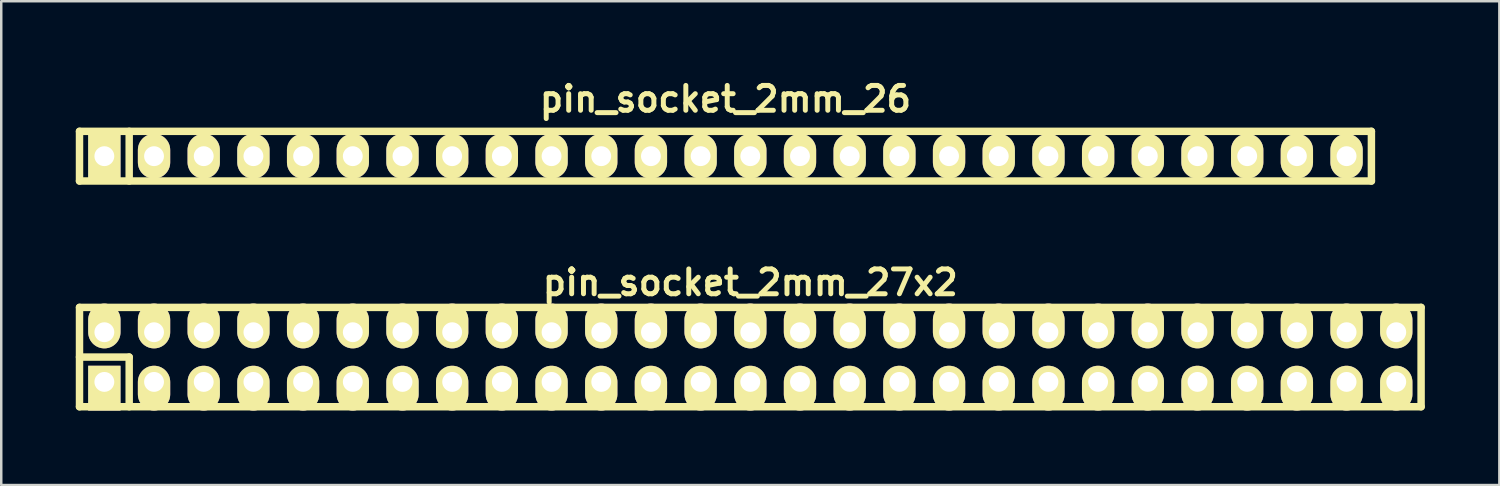
<source format=kicad_pcb>
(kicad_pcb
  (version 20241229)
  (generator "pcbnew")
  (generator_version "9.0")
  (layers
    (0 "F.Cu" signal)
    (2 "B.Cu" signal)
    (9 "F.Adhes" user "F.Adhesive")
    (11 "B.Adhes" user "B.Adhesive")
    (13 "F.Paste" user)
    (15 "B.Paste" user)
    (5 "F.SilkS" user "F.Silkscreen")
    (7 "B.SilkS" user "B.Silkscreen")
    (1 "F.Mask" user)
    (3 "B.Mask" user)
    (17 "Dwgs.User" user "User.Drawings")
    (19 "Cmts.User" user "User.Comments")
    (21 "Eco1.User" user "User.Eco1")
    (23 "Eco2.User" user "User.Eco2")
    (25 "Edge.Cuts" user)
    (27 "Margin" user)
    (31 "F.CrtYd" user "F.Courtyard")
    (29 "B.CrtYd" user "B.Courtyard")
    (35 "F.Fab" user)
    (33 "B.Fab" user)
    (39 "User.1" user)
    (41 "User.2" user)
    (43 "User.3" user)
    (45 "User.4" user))
  (footprint "pin_socket_2mm_27x2"
    (layer "F.Cu")
    (at 27.15 11.322)
    (property "Reference" "pin_socket_2mm_27x2" (at 0 -3 0) (layer "F.SilkS") (effects (font (size 1 1) (thickness 0.2))))
    (attr through_hole)
    (fp_line (start -27 -2) (end 27 -2) (stroke (width 0.3) (type solid)) (layer "F.SilkS"))
    (fp_line (start -27 0) (end -25 0) (stroke (width 0.3) (type solid)) (layer "F.SilkS"))
    (fp_line (start -27 2) (end -27 -2) (stroke (width 0.3) (type solid)) (layer "F.SilkS"))
    (fp_line (start -25 0) (end -25 2) (stroke (width 0.3) (type solid)) (layer "F.SilkS"))
    (fp_line (start 27 -2) (end 27 2) (stroke (width 0.3) (type solid)) (layer "F.SilkS"))
    (fp_line (start 27 2) (end -27 2) (stroke (width 0.3) (type solid)) (layer "F.SilkS"))
    (pad "1" thru_hole rect (at -26 1) (size 1.3 1.8) (drill 0.8 (offset 0 0.25)) (layers "*.Cu" "*.Mask" "F.SilkS"))
    (pad "2" thru_hole oval (at -26 -1) (size 1.3 1.8) (drill 0.8 (offset 0 -0.25)) (layers "*.Cu" "*.Mask" "F.SilkS"))
    (pad "3" thru_hole oval (at -24 1) (size 1.3 1.8) (drill 0.8 (offset 0 0.25)) (layers "*.Cu" "*.Mask" "F.SilkS"))
    (pad "4" thru_hole oval (at -24 -1) (size 1.3 1.8) (drill 0.8 (offset 0 -0.25)) (layers "*.Cu" "*.Mask" "F.SilkS"))
    (pad "5" thru_hole oval (at -22 1) (size 1.3 1.8) (drill 0.8 (offset 0 0.25)) (layers "*.Cu" "*.Mask" "F.SilkS"))
    (pad "6" thru_hole oval (at -22 -1) (size 1.3 1.8) (drill 0.8 (offset 0 -0.25)) (layers "*.Cu" "*.Mask" "F.SilkS"))
    (pad "7" thru_hole oval (at -20 1) (size 1.3 1.8) (drill 0.8 (offset 0 0.25)) (layers "*.Cu" "*.Mask" "F.SilkS"))
    (pad "8" thru_hole oval (at -20 -1) (size 1.3 1.8) (drill 0.8 (offset 0 -0.25)) (layers "*.Cu" "*.Mask" "F.SilkS"))
    (pad "9" thru_hole oval (at -18 1) (size 1.3 1.8) (drill 0.8 (offset 0 0.25)) (layers "*.Cu" "*.Mask" "F.SilkS"))
    (pad "10" thru_hole oval (at -18 -1) (size 1.3 1.8) (drill 0.8 (offset 0 -0.25)) (layers "*.Cu" "*.Mask" "F.SilkS"))
    (pad "11" thru_hole oval (at -16 1) (size 1.3 1.8) (drill 0.8 (offset 0 0.25)) (layers "*.Cu" "*.Mask" "F.SilkS"))
    (pad "12" thru_hole oval (at -16 -1) (size 1.3 1.8) (drill 0.8 (offset 0 -0.25)) (layers "*.Cu" "*.Mask" "F.SilkS"))
    (pad "13" thru_hole oval (at -14 1) (size 1.3 1.8) (drill 0.8 (offset 0 0.25)) (layers "*.Cu" "*.Mask" "F.SilkS"))
    (pad "14" thru_hole oval (at -14 -1) (size 1.3 1.8) (drill 0.8 (offset 0 -0.25)) (layers "*.Cu" "*.Mask" "F.SilkS"))
    (pad "15" thru_hole oval (at -12 1) (size 1.3 1.8) (drill 0.8 (offset 0 0.25)) (layers "*.Cu" "*.Mask" "F.SilkS"))
    (pad "16" thru_hole oval (at -12 -1) (size 1.3 1.8) (drill 0.8 (offset 0 -0.25)) (layers "*.Cu" "*.Mask" "F.SilkS"))
    (pad "17" thru_hole oval (at -10 1) (size 1.3 1.8) (drill 0.8 (offset 0 0.25)) (layers "*.Cu" "*.Mask" "F.SilkS"))
    (pad "18" thru_hole oval (at -10 -1) (size 1.3 1.8) (drill 0.8 (offset 0 -0.25)) (layers "*.Cu" "*.Mask" "F.SilkS"))
    (pad "19" thru_hole oval (at -8 1) (size 1.3 1.8) (drill 0.8 (offset 0 0.25)) (layers "*.Cu" "*.Mask" "F.SilkS"))
    (pad "20" thru_hole oval (at -8 -1) (size 1.3 1.8) (drill 0.8 (offset 0 -0.25)) (layers "*.Cu" "*.Mask" "F.SilkS"))
    (pad "21" thru_hole oval (at -6 1) (size 1.3 1.8) (drill 0.8 (offset 0 0.25)) (layers "*.Cu" "*.Mask" "F.SilkS"))
    (pad "22" thru_hole oval (at -6 -1) (size 1.3 1.8) (drill 0.8 (offset 0 -0.25)) (layers "*.Cu" "*.Mask" "F.SilkS"))
    (pad "23" thru_hole oval (at -4 1) (size 1.3 1.8) (drill 0.8 (offset 0 0.25)) (layers "*.Cu" "*.Mask" "F.SilkS"))
    (pad "24" thru_hole oval (at -4 -1) (size 1.3 1.8) (drill 0.8 (offset 0 -0.25)) (layers "*.Cu" "*.Mask" "F.SilkS"))
    (pad "25" thru_hole oval (at -2 1) (size 1.3 1.8) (drill 0.8 (offset 0 0.25)) (layers "*.Cu" "*.Mask" "F.SilkS"))
    (pad "26" thru_hole oval (at -2 -1) (size 1.3 1.8) (drill 0.8 (offset 0 -0.25)) (layers "*.Cu" "*.Mask" "F.SilkS"))
    (pad "27" thru_hole oval (at 0 1) (size 1.3 1.8) (drill 0.8 (offset 0 0.25)) (layers "*.Cu" "*.Mask" "F.SilkS"))
    (pad "28" thru_hole oval (at 0 -1) (size 1.3 1.8) (drill 0.8 (offset 0 -0.25)) (layers "*.Cu" "*.Mask" "F.SilkS"))
    (pad "29" thru_hole oval (at 2 1) (size 1.3 1.8) (drill 0.8 (offset 0 0.25)) (layers "*.Cu" "*.Mask" "F.SilkS"))
    (pad "30" thru_hole oval (at 2 -1) (size 1.3 1.8) (drill 0.8 (offset 0 -0.25)) (layers "*.Cu" "*.Mask" "F.SilkS"))
    (pad "31" thru_hole oval (at 4 1) (size 1.3 1.8) (drill 0.8 (offset 0 0.25)) (layers "*.Cu" "*.Mask" "F.SilkS"))
    (pad "32" thru_hole oval (at 4 -1) (size 1.3 1.8) (drill 0.8 (offset 0 -0.25)) (layers "*.Cu" "*.Mask" "F.SilkS"))
    (pad "33" thru_hole oval (at 6 1) (size 1.3 1.8) (drill 0.8 (offset 0 0.25)) (layers "*.Cu" "*.Mask" "F.SilkS"))
    (pad "34" thru_hole oval (at 6 -1) (size 1.3 1.8) (drill 0.8 (offset 0 -0.25)) (layers "*.Cu" "*.Mask" "F.SilkS"))
    (pad "35" thru_hole oval (at 8 1) (size 1.3 1.8) (drill 0.8 (offset 0 0.25)) (layers "*.Cu" "*.Mask" "F.SilkS"))
    (pad "36" thru_hole oval (at 8 -1) (size 1.3 1.8) (drill 0.8 (offset 0 -0.25)) (layers "*.Cu" "*.Mask" "F.SilkS"))
    (pad "37" thru_hole oval (at 10 1) (size 1.3 1.8) (drill 0.8 (offset 0 0.25)) (layers "*.Cu" "*.Mask" "F.SilkS"))
    (pad "38" thru_hole oval (at 10 -1) (size 1.3 1.8) (drill 0.8 (offset 0 -0.25)) (layers "*.Cu" "*.Mask" "F.SilkS"))
    (pad "39" thru_hole oval (at 12 1) (size 1.3 1.8) (drill 0.8 (offset 0 0.25)) (layers "*.Cu" "*.Mask" "F.SilkS"))
    (pad "40" thru_hole oval (at 12 -1) (size 1.3 1.8) (drill 0.8 (offset 0 -0.25)) (layers "*.Cu" "*.Mask" "F.SilkS"))
    (pad "41" thru_hole oval (at 14 1) (size 1.3 1.8) (drill 0.8 (offset 0 0.25)) (layers "*.Cu" "*.Mask" "F.SilkS"))
    (pad "42" thru_hole oval (at 14 -1) (size 1.3 1.8) (drill 0.8 (offset 0 -0.25)) (layers "*.Cu" "*.Mask" "F.SilkS"))
    (pad "43" thru_hole oval (at 16 1) (size 1.3 1.8) (drill 0.8 (offset 0 0.25)) (layers "*.Cu" "*.Mask" "F.SilkS"))
    (pad "44" thru_hole oval (at 16 -1) (size 1.3 1.8) (drill 0.8 (offset 0 -0.25)) (layers "*.Cu" "*.Mask" "F.SilkS"))
    (pad "45" thru_hole oval (at 18 1) (size 1.3 1.8) (drill 0.8 (offset 0 0.25)) (layers "*.Cu" "*.Mask" "F.SilkS"))
    (pad "46" thru_hole oval (at 18 -1) (size 1.3 1.8) (drill 0.8 (offset 0 -0.25)) (layers "*.Cu" "*.Mask" "F.SilkS"))
    (pad "47" thru_hole oval (at 20 1) (size 1.3 1.8) (drill 0.8 (offset 0 0.25)) (layers "*.Cu" "*.Mask" "F.SilkS"))
    (pad "48" thru_hole oval (at 20 -1) (size 1.3 1.8) (drill 0.8 (offset 0 -0.25)) (layers "*.Cu" "*.Mask" "F.SilkS"))
    (pad "49" thru_hole oval (at 22 1) (size 1.3 1.8) (drill 0.8 (offset 0 0.25)) (layers "*.Cu" "*.Mask" "F.SilkS"))
    (pad "50" thru_hole oval (at 22 -1) (size 1.3 1.8) (drill 0.8 (offset 0 -0.25)) (layers "*.Cu" "*.Mask" "F.SilkS"))
    (pad "51" thru_hole oval (at 24 1) (size 1.3 1.8) (drill 0.8 (offset 0 0.25)) (layers "*.Cu" "*.Mask" "F.SilkS"))
    (pad "52" thru_hole oval (at 24 -1) (size 1.3 1.8) (drill 0.8 (offset 0 -0.25)) (layers "*.Cu" "*.Mask" "F.SilkS"))
    (pad "53" thru_hole oval (at 26 1) (size 1.3 1.8) (drill 0.8 (offset 0 0.25)) (layers "*.Cu" "*.Mask" "F.SilkS"))
    (pad "54" thru_hole oval (at 26 -1) (size 1.3 1.8) (drill 0.8 (offset 0 -0.25)) (layers "*.Cu" "*.Mask" "F.SilkS")))
  (footprint "pin_socket_2mm_26"
    (layer "F.Cu")
    (at 26.15 3.236)
    (property "Reference" "pin_socket_2mm_26" (at 0 -2.3 0) (layer "F.SilkS") (effects (font (size 1 1) (thickness 0.2))))
    (attr through_hole)
    (fp_line (start -26 -1) (end 26 -1) (stroke (width 0.3) (type solid)) (layer "F.SilkS"))
    (fp_line (start -26 1) (end -26 -1) (stroke (width 0.3) (type solid)) (layer "F.SilkS"))
    (fp_line (start -24 -1) (end -24 1) (stroke (width 0.3) (type solid)) (layer "F.SilkS"))
    (fp_line (start 26 -1) (end 26 1) (stroke (width 0.3) (type solid)) (layer "F.SilkS"))
    (fp_line (start 26 1) (end -26 1) (stroke (width 0.3) (type solid)) (layer "F.SilkS"))
    (pad "1" thru_hole rect (at -25 0) (size 1.3 1.8) (drill 0.8) (layers "*.Cu" "*.Mask" "F.SilkS"))
    (pad "2" thru_hole oval (at -23 0) (size 1.3 1.8) (drill 0.8) (layers "*.Cu" "*.Mask" "F.SilkS"))
    (pad "3" thru_hole oval (at -21 0) (size 1.3 1.8) (drill 0.8) (layers "*.Cu" "*.Mask" "F.SilkS"))
    (pad "4" thru_hole oval (at -19 0) (size 1.3 1.8) (drill 0.8) (layers "*.Cu" "*.Mask" "F.SilkS"))
    (pad "5" thru_hole oval (at -17 0) (size 1.3 1.8) (drill 0.8) (layers "*.Cu" "*.Mask" "F.SilkS"))
    (pad "6" thru_hole oval (at -15 0) (size 1.3 1.8) (drill 0.8) (layers "*.Cu" "*.Mask" "F.SilkS"))
    (pad "7" thru_hole oval (at -13 0) (size 1.3 1.8) (drill 0.8) (layers "*.Cu" "*.Mask" "F.SilkS"))
    (pad "8" thru_hole oval (at -11 0) (size 1.3 1.8) (drill 0.8) (layers "*.Cu" "*.Mask" "F.SilkS"))
    (pad "9" thru_hole oval (at -9 0) (size 1.3 1.8) (drill 0.8) (layers "*.Cu" "*.Mask" "F.SilkS"))
    (pad "10" thru_hole oval (at -7 0) (size 1.3 1.8) (drill 0.8) (layers "*.Cu" "*.Mask" "F.SilkS"))
    (pad "11" thru_hole oval (at -5 0) (size 1.3 1.8) (drill 0.8) (layers "*.Cu" "*.Mask" "F.SilkS"))
    (pad "12" thru_hole oval (at -3 0) (size 1.3 1.8) (drill 0.8) (layers "*.Cu" "*.Mask" "F.SilkS"))
    (pad "13" thru_hole oval (at -1 0) (size 1.3 1.8) (drill 0.8) (layers "*.Cu" "*.Mask" "F.SilkS"))
    (pad "14" thru_hole oval (at 1 0) (size 1.3 1.8) (drill 0.8) (layers "*.Cu" "*.Mask" "F.SilkS"))
    (pad "15" thru_hole oval (at 3 0) (size 1.3 1.8) (drill 0.8) (layers "*.Cu" "*.Mask" "F.SilkS"))
    (pad "16" thru_hole oval (at 5 0) (size 1.3 1.8) (drill 0.8) (layers "*.Cu" "*.Mask" "F.SilkS"))
    (pad "17" thru_hole oval (at 7 0) (size 1.3 1.8) (drill 0.8) (layers "*.Cu" "*.Mask" "F.SilkS"))
    (pad "18" thru_hole oval (at 9 0) (size 1.3 1.8) (drill 0.8) (layers "*.Cu" "*.Mask" "F.SilkS"))
    (pad "19" thru_hole oval (at 11 0) (size 1.3 1.8) (drill 0.8) (layers "*.Cu" "*.Mask" "F.SilkS"))
    (pad "20" thru_hole oval (at 13 0) (size 1.3 1.8) (drill 0.8) (layers "*.Cu" "*.Mask" "F.SilkS"))
    (pad "21" thru_hole oval (at 15 0) (size 1.3 1.8) (drill 0.8) (layers "*.Cu" "*.Mask" "F.SilkS"))
    (pad "22" thru_hole oval (at 17 0) (size 1.3 1.8) (drill 0.8) (layers "*.Cu" "*.Mask" "F.SilkS"))
    (pad "23" thru_hole oval (at 19 0) (size 1.3 1.8) (drill 0.8) (layers "*.Cu" "*.Mask" "F.SilkS"))
    (pad "24" thru_hole oval (at 21 0) (size 1.3 1.8) (drill 0.8) (layers "*.Cu" "*.Mask" "F.SilkS"))
    (pad "25" thru_hole oval (at 23 0) (size 1.3 1.8) (drill 0.8) (layers "*.Cu" "*.Mask" "F.SilkS"))
    (pad "26" thru_hole oval (at 25 0) (size 1.3 1.8) (drill 0.8) (layers "*.Cu" "*.Mask" "F.SilkS")))
  (gr_rect
    (start -3 -3)
    (end 57.3 16.472)
    (stroke (width 0.1) (type default))
    (fill no)
    (layer "Edge.Cuts")))
</source>
